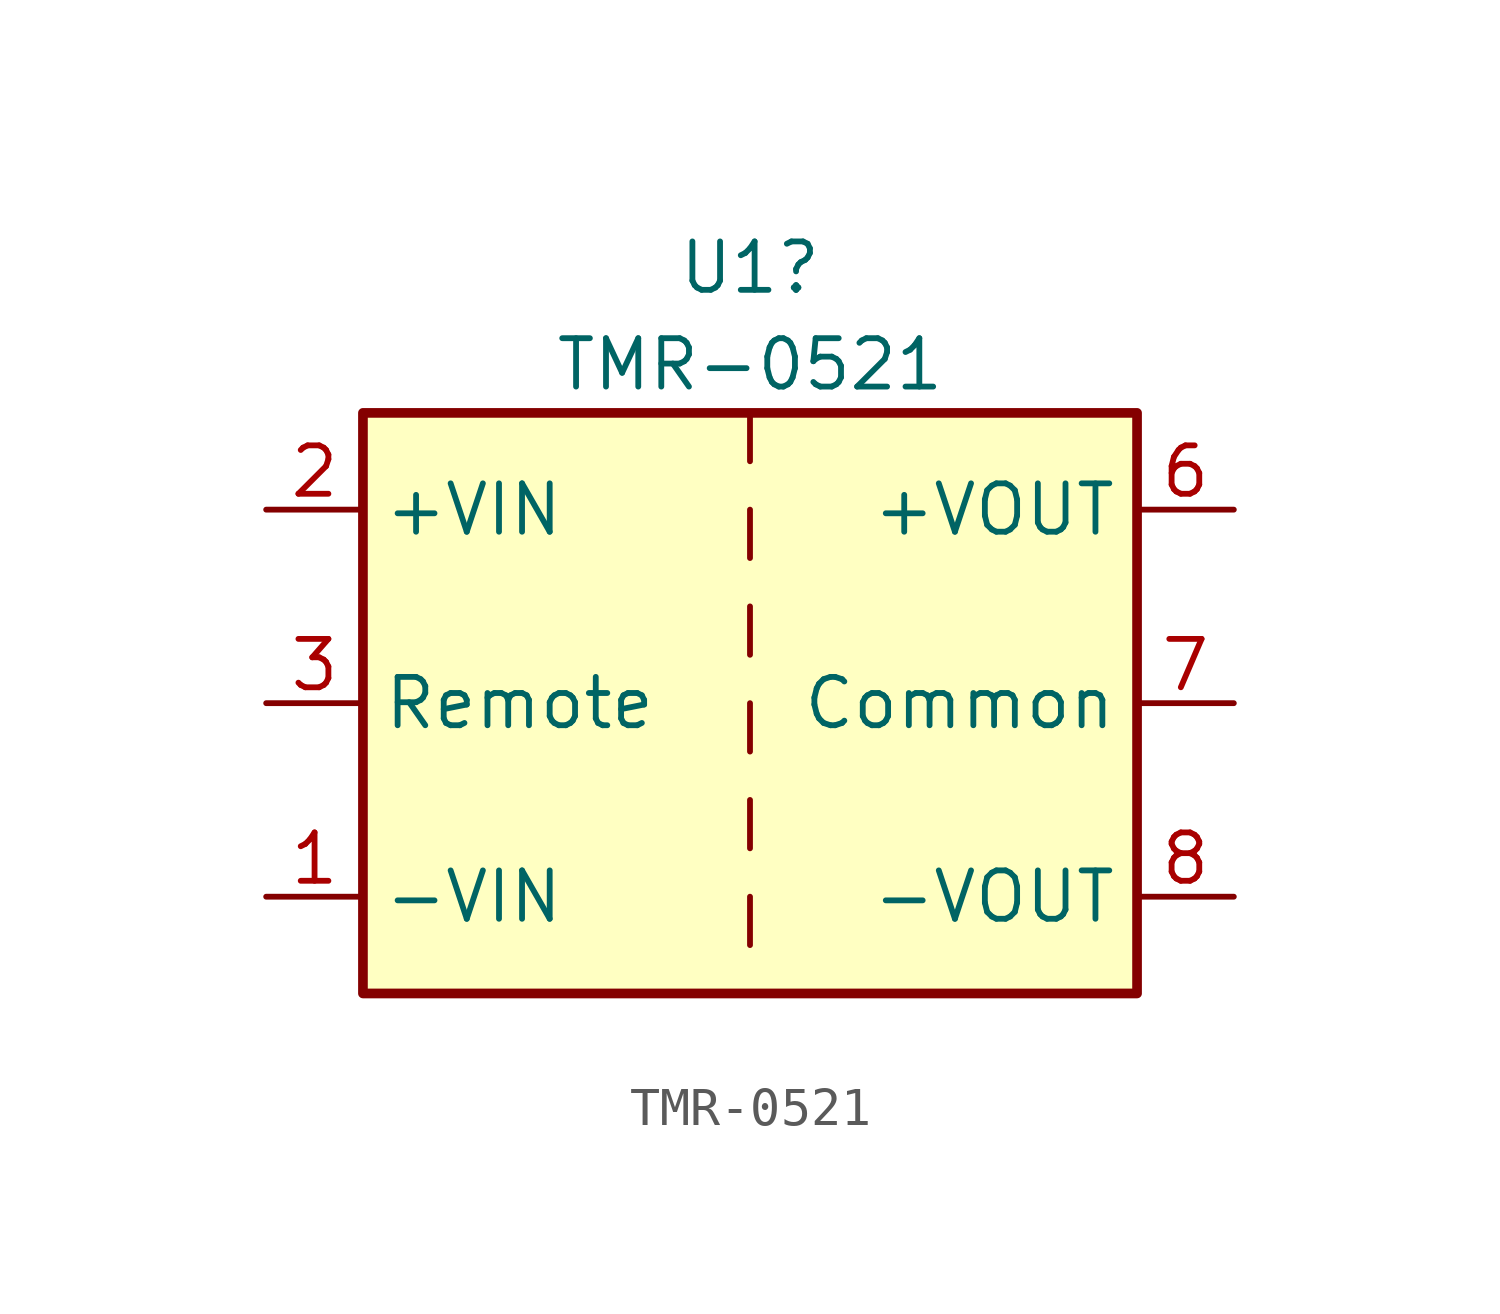
<source format=kicad_sym>
(kicad_symbol_lib
  (version 20220914)
  (generator kicad_symbol_editor)
  (symbol "TMR-0521"
    (property "Reference" "U1"
      (at 0 11.43 0)
      (effects (font (size 1.27 1.27))))
    (property "Value" "TMR-0521"
      (at 0 8.89 0)
      (effects (font (size 1.27 1.27))))
    (symbol "TMR-0521_0_1"
      (rectangle (start -10.16 7.62) (end 10.16 -7.62) (stroke (width 0.254) (type default)) (fill (type background)))
      (polyline (pts (xy 0 -5.08) (xy 0 -6.35)) (stroke (width 0) (type default)) (fill (type none)))
      (polyline (pts (xy 0 -2.54) (xy 0 -3.81)) (stroke (width 0) (type default)) (fill (type none)))
      (polyline (pts (xy 0 0) (xy 0 -1.27)) (stroke (width 0) (type default)) (fill (type none)))
      (polyline (pts (xy 0 2.54) (xy 0 1.27)) (stroke (width 0) (type default)) (fill (type none)))
      (polyline (pts (xy 0 5.08) (xy 0 3.81)) (stroke (width 0) (type default)) (fill (type none)))
      (polyline (pts (xy 0 7.62) (xy 0 6.35)) (stroke (width 0) (type default)) (fill (type none))))
    (symbol "TMR-0521_1_1"
      (pin power_in line (at -12.7 -5.08 0) (length 2.54) (name "-VIN" (effects (font (size 1.27 1.27)))) (number "1" (effects (font (size 1.27 1.27)))))
      (pin power_in line (at -12.7 5.08 0) (length 2.54) (name "+VIN" (effects (font (size 1.27 1.27)))) (number "2" (effects (font (size 1.27 1.27)))))
      (pin input line (at -12.7 0 0) (length 2.54) (name "Remote" (effects (font (size 1.27 1.27)))) (number "3" (effects (font (size 1.27 1.27)))))
      (pin no_connect line (at 10.16 2.54 180) (length 2.54) hide (name "NC" (effects (font (size 1.27 1.27)))) (number "5" (effects (font (size 1.27 1.27)))))
      (pin power_out line (at 12.7 5.08 180) (length 2.54) (name "+VOUT" (effects (font (size 1.27 1.27)))) (number "6" (effects (font (size 1.27 1.27)))))
      (pin power_out line (at 12.7 0 180) (length 2.54) (name "Common" (effects (font (size 1.27 1.27)))) (number "7" (effects (font (size 1.27 1.27)))))
      (pin power_out line (at 12.7 -5.08 180) (length 2.54) (name "-VOUT" (effects (font (size 1.27 1.27)))) (number "8" (effects (font (size 1.27 1.27))))))))
</source>
